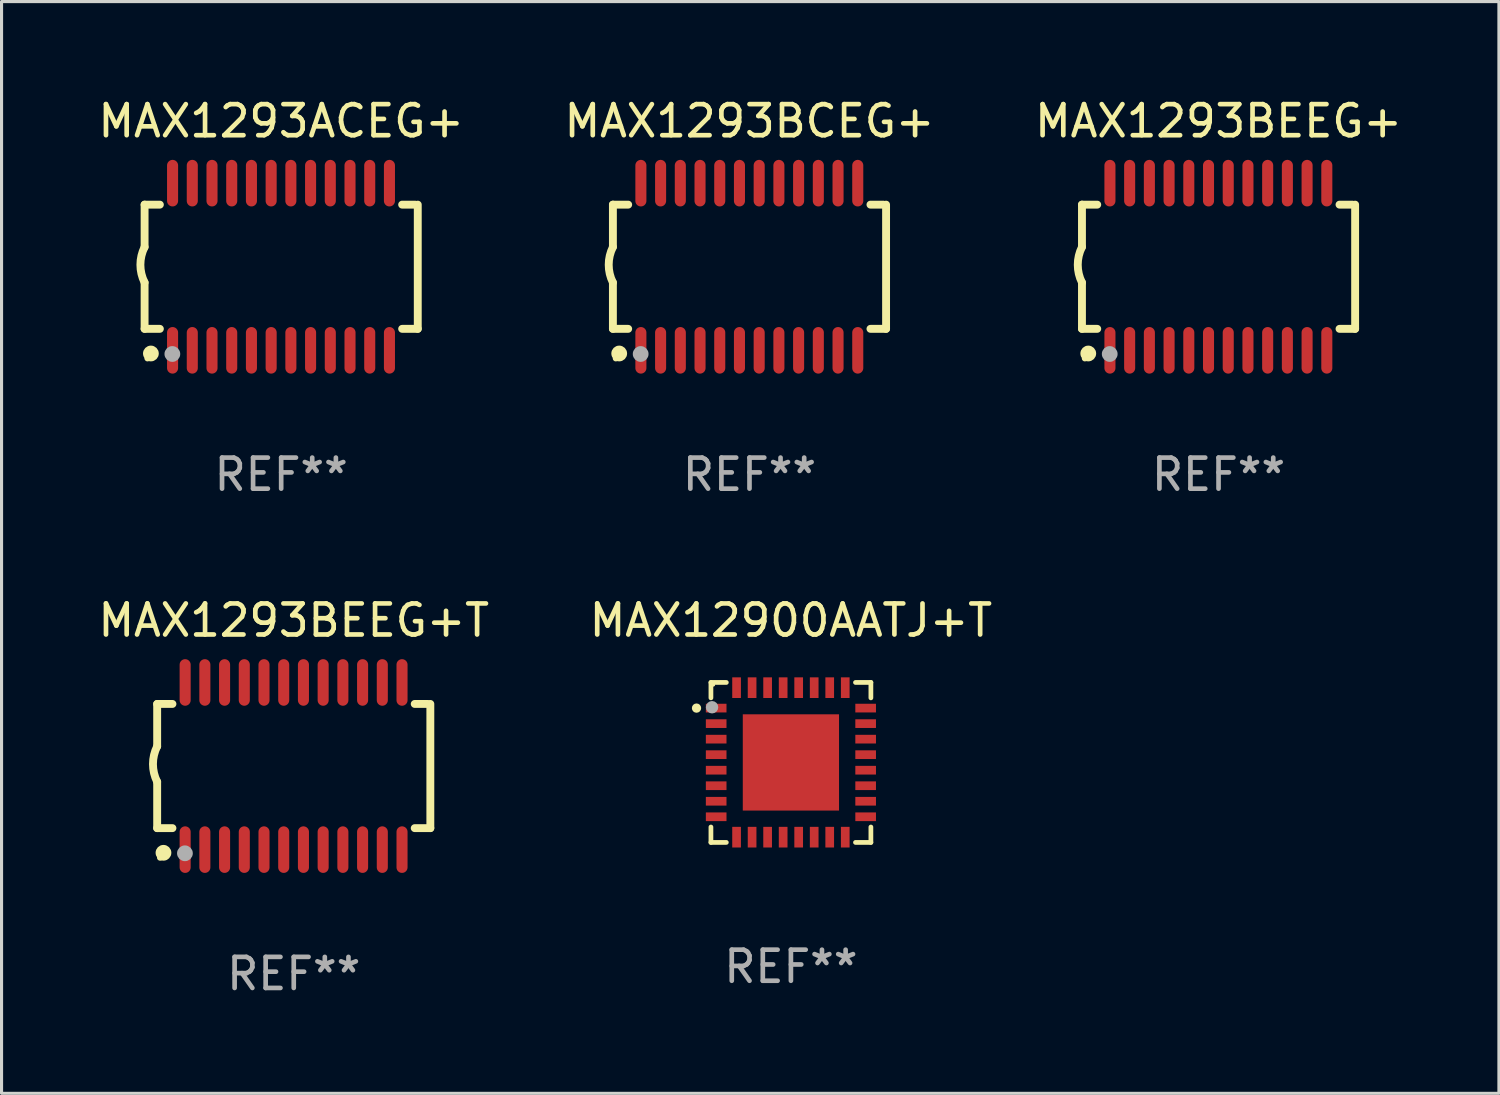
<source format=kicad_pcb>
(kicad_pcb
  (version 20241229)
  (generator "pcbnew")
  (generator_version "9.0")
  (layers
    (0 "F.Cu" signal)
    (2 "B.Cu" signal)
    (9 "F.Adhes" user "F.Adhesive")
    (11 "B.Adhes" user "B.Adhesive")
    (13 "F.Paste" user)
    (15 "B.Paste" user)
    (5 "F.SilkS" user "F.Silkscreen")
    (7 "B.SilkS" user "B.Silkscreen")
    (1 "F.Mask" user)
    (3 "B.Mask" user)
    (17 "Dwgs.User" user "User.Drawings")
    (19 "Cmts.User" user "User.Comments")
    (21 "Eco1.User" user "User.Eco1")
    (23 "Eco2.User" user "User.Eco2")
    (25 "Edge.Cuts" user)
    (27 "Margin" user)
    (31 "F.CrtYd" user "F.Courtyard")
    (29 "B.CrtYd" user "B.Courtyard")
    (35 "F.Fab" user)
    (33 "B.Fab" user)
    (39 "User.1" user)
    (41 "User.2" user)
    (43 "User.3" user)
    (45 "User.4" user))
  (footprint "MAX1293BCEG+"
    (layer "F.Cu")
    (at 21.089 5.541)
    (property "Reference" "MAX1293BCEG+" (at 0 -4.692 0) (layer "F.SilkS") (effects (font (size 1 1) (thickness 0.15))))
    (attr through_hole)
    (fp_line (start -4.399 -2) (end -4.399 -0.635) (stroke (width 0.254) (type solid)) (layer "F.SilkS"))
    (fp_line (start -4.399 -2) (end -3.907 -2) (stroke (width 0.254) (type solid)) (layer "F.SilkS"))
    (fp_line (start -4.399 2) (end -4.399 0.508) (stroke (width 0.254) (type solid)) (layer "F.SilkS"))
    (fp_line (start -4.399 2) (end -3.907 2) (stroke (width 0.254) (type solid)) (layer "F.SilkS"))
    (fp_line (start 3.896 -2) (end 4.313 -2) (stroke (width 0.254) (type solid)) (layer "F.SilkS"))
    (fp_line (start 3.896 2) (end 4.399 2) (stroke (width 0.254) (type solid)) (layer "F.SilkS"))
    (fp_line (start 4.399 2) (end 4.399 -2) (stroke (width 0.254) (type solid)) (layer "F.SilkS"))
    (fp_arc (start -4.399301 0.508001) (mid -4.534214 -0.0635) (end -4.399301 -0.635001) (stroke (width 0.254001) (type solid)) (layer "F.SilkS"))
    (fp_circle (center -4.305 2.95) (end -4.255 2.95) (stroke (width 0.1) (type solid)) (fill no) (layer "F.SilkS"))
    (fp_circle (center -4.196 2.794) (end -4.069 2.794) (stroke (width 0.254) (type solid)) (fill no) (layer "F.SilkS"))
    (fp_circle (center -3.505 2.81) (end -3.378 2.81) (stroke (width 0.254) (type solid)) (fill no) (layer "F.Fab"))
    (fp_text user "REF**" (at 0 6.692 0) (layer "F.Fab") (effects (font (size 1 1) (thickness 0.15))))
    (pad "1" smd oval (at -3.498 2.692 90) (size 1.5 0.356) (layers "F.Cu" "F.Mask" "F.Paste"))
    (pad "2" smd oval (at -2.863 2.692 90) (size 1.5 0.356) (layers "F.Cu" "F.Mask" "F.Paste"))
    (pad "3" smd oval (at -2.228 2.692 90) (size 1.5 0.356) (layers "F.Cu" "F.Mask" "F.Paste"))
    (pad "4" smd oval (at -1.593 2.692 90) (size 1.5 0.356) (layers "F.Cu" "F.Mask" "F.Paste"))
    (pad "5" smd oval (at -0.958 2.692 90) (size 1.5 0.356) (layers "F.Cu" "F.Mask" "F.Paste"))
    (pad "6" smd oval (at -0.323 2.692 90) (size 1.5 0.356) (layers "F.Cu" "F.Mask" "F.Paste"))
    (pad "7" smd oval (at 0.312 2.692 90) (size 1.5 0.356) (layers "F.Cu" "F.Mask" "F.Paste"))
    (pad "8" smd oval (at 0.947 2.692 90) (size 1.5 0.356) (layers "F.Cu" "F.Mask" "F.Paste"))
    (pad "9" smd oval (at 1.582 2.692 90) (size 1.5 0.356) (layers "F.Cu" "F.Mask" "F.Paste"))
    (pad "10" smd oval (at 2.217 2.692 90) (size 1.5 0.356) (layers "F.Cu" "F.Mask" "F.Paste"))
    (pad "11" smd oval (at 2.852 2.692 90) (size 1.5 0.356) (layers "F.Cu" "F.Mask" "F.Paste"))
    (pad "12" smd oval (at 3.487 2.692 90) (size 1.5 0.356) (layers "F.Cu" "F.Mask" "F.Paste"))
    (pad "13" smd oval (at 3.487 -2.692 90) (size 1.5 0.356) (layers "F.Cu" "F.Mask" "F.Paste"))
    (pad "14" smd oval (at 2.852 -2.692 90) (size 1.5 0.356) (layers "F.Cu" "F.Mask" "F.Paste"))
    (pad "15" smd oval (at 2.217 -2.692 90) (size 1.5 0.356) (layers "F.Cu" "F.Mask" "F.Paste"))
    (pad "16" smd oval (at 1.582 -2.692 90) (size 1.5 0.356) (layers "F.Cu" "F.Mask" "F.Paste"))
    (pad "17" smd oval (at 0.947 -2.692 90) (size 1.5 0.356) (layers "F.Cu" "F.Mask" "F.Paste"))
    (pad "18" smd oval (at 0.312 -2.692 90) (size 1.5 0.356) (layers "F.Cu" "F.Mask" "F.Paste"))
    (pad "19" smd oval (at -0.323 -2.692 90) (size 1.5 0.356) (layers "F.Cu" "F.Mask" "F.Paste"))
    (pad "20" smd oval (at -0.958 -2.692 90) (size 1.5 0.356) (layers "F.Cu" "F.Mask" "F.Paste"))
    (pad "21" smd oval (at -1.593 -2.692 90) (size 1.5 0.356) (layers "F.Cu" "F.Mask" "F.Paste"))
    (pad "22" smd oval (at -2.228 -2.692 90) (size 1.5 0.356) (layers "F.Cu" "F.Mask" "F.Paste"))
    (pad "23" smd oval (at -2.863 -2.692 90) (size 1.5 0.356) (layers "F.Cu" "F.Mask" "F.Paste"))
    (pad "24" smd oval (at -3.498 -2.692 90) (size 1.5 0.356) (layers "F.Cu" "F.Mask" "F.Paste")))
  (footprint "MAX1293BEEG+T"
    (layer "F.Cu")
    (at 6.411 21.622)
    (property "Reference" "MAX1293BEEG+T" (at 0 -4.692 0) (layer "F.SilkS") (effects (font (size 1 1) (thickness 0.15))))
    (attr through_hole)
    (fp_line (start -4.399 -2) (end -4.399 -0.635) (stroke (width 0.254) (type solid)) (layer "F.SilkS"))
    (fp_line (start -4.399 -2) (end -3.907 -2) (stroke (width 0.254) (type solid)) (layer "F.SilkS"))
    (fp_line (start -4.399 2) (end -4.399 0.508) (stroke (width 0.254) (type solid)) (layer "F.SilkS"))
    (fp_line (start -4.399 2) (end -3.907 2) (stroke (width 0.254) (type solid)) (layer "F.SilkS"))
    (fp_line (start 3.896 -2) (end 4.313 -2) (stroke (width 0.254) (type solid)) (layer "F.SilkS"))
    (fp_line (start 3.896 2) (end 4.399 2) (stroke (width 0.254) (type solid)) (layer "F.SilkS"))
    (fp_line (start 4.399 2) (end 4.399 -2) (stroke (width 0.254) (type solid)) (layer "F.SilkS"))
    (fp_arc (start -4.399301 0.508001) (mid -4.534214 -0.0635) (end -4.399301 -0.635001) (stroke (width 0.254001) (type solid)) (layer "F.SilkS"))
    (fp_circle (center -4.305 2.95) (end -4.255 2.95) (stroke (width 0.1) (type solid)) (fill no) (layer "F.SilkS"))
    (fp_circle (center -4.196 2.794) (end -4.069 2.794) (stroke (width 0.254) (type solid)) (fill no) (layer "F.SilkS"))
    (fp_circle (center -3.505 2.81) (end -3.378 2.81) (stroke (width 0.254) (type solid)) (fill no) (layer "F.Fab"))
    (fp_text user "REF**" (at 0 6.692 0) (layer "F.Fab") (effects (font (size 1 1) (thickness 0.15))))
    (pad "1" smd oval (at -3.498 2.692 90) (size 1.5 0.356) (layers "F.Cu" "F.Mask" "F.Paste"))
    (pad "2" smd oval (at -2.863 2.692 90) (size 1.5 0.356) (layers "F.Cu" "F.Mask" "F.Paste"))
    (pad "3" smd oval (at -2.228 2.692 90) (size 1.5 0.356) (layers "F.Cu" "F.Mask" "F.Paste"))
    (pad "4" smd oval (at -1.593 2.692 90) (size 1.5 0.356) (layers "F.Cu" "F.Mask" "F.Paste"))
    (pad "5" smd oval (at -0.958 2.692 90) (size 1.5 0.356) (layers "F.Cu" "F.Mask" "F.Paste"))
    (pad "6" smd oval (at -0.323 2.692 90) (size 1.5 0.356) (layers "F.Cu" "F.Mask" "F.Paste"))
    (pad "7" smd oval (at 0.312 2.692 90) (size 1.5 0.356) (layers "F.Cu" "F.Mask" "F.Paste"))
    (pad "8" smd oval (at 0.947 2.692 90) (size 1.5 0.356) (layers "F.Cu" "F.Mask" "F.Paste"))
    (pad "9" smd oval (at 1.582 2.692 90) (size 1.5 0.356) (layers "F.Cu" "F.Mask" "F.Paste"))
    (pad "10" smd oval (at 2.217 2.692 90) (size 1.5 0.356) (layers "F.Cu" "F.Mask" "F.Paste"))
    (pad "11" smd oval (at 2.852 2.692 90) (size 1.5 0.356) (layers "F.Cu" "F.Mask" "F.Paste"))
    (pad "12" smd oval (at 3.487 2.692 90) (size 1.5 0.356) (layers "F.Cu" "F.Mask" "F.Paste"))
    (pad "13" smd oval (at 3.487 -2.692 90) (size 1.5 0.356) (layers "F.Cu" "F.Mask" "F.Paste"))
    (pad "14" smd oval (at 2.852 -2.692 90) (size 1.5 0.356) (layers "F.Cu" "F.Mask" "F.Paste"))
    (pad "15" smd oval (at 2.217 -2.692 90) (size 1.5 0.356) (layers "F.Cu" "F.Mask" "F.Paste"))
    (pad "16" smd oval (at 1.582 -2.692 90) (size 1.5 0.356) (layers "F.Cu" "F.Mask" "F.Paste"))
    (pad "17" smd oval (at 0.947 -2.692 90) (size 1.5 0.356) (layers "F.Cu" "F.Mask" "F.Paste"))
    (pad "18" smd oval (at 0.312 -2.692 90) (size 1.5 0.356) (layers "F.Cu" "F.Mask" "F.Paste"))
    (pad "19" smd oval (at -0.323 -2.692 90) (size 1.5 0.356) (layers "F.Cu" "F.Mask" "F.Paste"))
    (pad "20" smd oval (at -0.958 -2.692 90) (size 1.5 0.356) (layers "F.Cu" "F.Mask" "F.Paste"))
    (pad "21" smd oval (at -1.593 -2.692 90) (size 1.5 0.356) (layers "F.Cu" "F.Mask" "F.Paste"))
    (pad "22" smd oval (at -2.228 -2.692 90) (size 1.5 0.356) (layers "F.Cu" "F.Mask" "F.Paste"))
    (pad "23" smd oval (at -2.863 -2.692 90) (size 1.5 0.356) (layers "F.Cu" "F.Mask" "F.Paste"))
    (pad "24" smd oval (at -3.498 -2.692 90) (size 1.5 0.356) (layers "F.Cu" "F.Mask" "F.Paste")))
  (footprint "MAX12900AATJ+T"
    (layer "F.Cu")
    (at 22.423 21.506)
    (property "Reference" "MAX12900AATJ+T" (at 0 -4.576 0) (layer "F.SilkS") (effects (font (size 1 1) (thickness 0.15))))
    (attr through_hole)
    (fp_line (start -2.576 -2.576) (end -2.576 -2.08) (stroke (width 0.152) (type solid)) (layer "F.SilkS"))
    (fp_line (start -2.576 2.576) (end -2.576 2.08) (stroke (width 0.152) (type solid)) (layer "F.SilkS"))
    (fp_line (start -2.08 -2.576) (end -2.576 -2.576) (stroke (width 0.152) (type solid)) (layer "F.SilkS"))
    (fp_line (start -2.08 2.576) (end -2.576 2.576) (stroke (width 0.152) (type solid)) (layer "F.SilkS"))
    (fp_line (start 2.08 -2.576) (end 2.576 -2.576) (stroke (width 0.152) (type solid)) (layer "F.SilkS"))
    (fp_line (start 2.08 2.576) (end 2.576 2.576) (stroke (width 0.152) (type solid)) (layer "F.SilkS"))
    (fp_line (start 2.576 -2.576) (end 2.576 -2.08) (stroke (width 0.152) (type solid)) (layer "F.SilkS"))
    (fp_line (start 2.576 2.576) (end 2.576 2.08) (stroke (width 0.152) (type solid)) (layer "F.SilkS"))
    (fp_circle (center -3.04 -1.75) (end -2.965 -1.75) (stroke (width 0.15) (type solid)) (fill no) (layer "F.SilkS"))
    (fp_circle (center -2.5 -2.5) (end -2.47 -2.5) (stroke (width 0.06) (type solid)) (fill no) (layer "F.SilkS"))
    (fp_circle (center -2.54 -1.778) (end -2.44 -1.778) (stroke (width 0.2) (type solid)) (fill no) (layer "F.Fab"))
    (fp_text user "REF**" (at 0 6.576 0) (layer "F.Fab") (effects (font (size 1 1) (thickness 0.15))))
    (pad "1" smd rect (at -2.407 -1.75) (size 0.665 0.28) (layers "F.Cu" "F.Mask" "F.Paste"))
    (pad "2" smd rect (at -2.407 -1.25) (size 0.665 0.28) (layers "F.Cu" "F.Mask" "F.Paste"))
    (pad "3" smd rect (at -2.407 -0.75) (size 0.665 0.28) (layers "F.Cu" "F.Mask" "F.Paste"))
    (pad "4" smd rect (at -2.407 -0.25) (size 0.665 0.28) (layers "F.Cu" "F.Mask" "F.Paste"))
    (pad "5" smd rect (at -2.407 0.25) (size 0.665 0.28) (layers "F.Cu" "F.Mask" "F.Paste"))
    (pad "6" smd rect (at -2.407 0.75) (size 0.665 0.28) (layers "F.Cu" "F.Mask" "F.Paste"))
    (pad "7" smd rect (at -2.407 1.25) (size 0.665 0.28) (layers "F.Cu" "F.Mask" "F.Paste"))
    (pad "8" smd rect (at -2.407 1.75) (size 0.665 0.28) (layers "F.Cu" "F.Mask" "F.Paste"))
    (pad "9" smd rect (at -1.75 2.407) (size 0.28 0.665) (layers "F.Cu" "F.Mask" "F.Paste"))
    (pad "10" smd rect (at -1.25 2.407) (size 0.28 0.665) (layers "F.Cu" "F.Mask" "F.Paste"))
    (pad "11" smd rect (at -0.75 2.407) (size 0.28 0.665) (layers "F.Cu" "F.Mask" "F.Paste"))
    (pad "12" smd rect (at -0.25 2.407) (size 0.28 0.665) (layers "F.Cu" "F.Mask" "F.Paste"))
    (pad "13" smd rect (at 0.25 2.407) (size 0.28 0.665) (layers "F.Cu" "F.Mask" "F.Paste"))
    (pad "14" smd rect (at 0.75 2.407) (size 0.28 0.665) (layers "F.Cu" "F.Mask" "F.Paste"))
    (pad "15" smd rect (at 1.25 2.407) (size 0.28 0.665) (layers "F.Cu" "F.Mask" "F.Paste"))
    (pad "16" smd rect (at 1.75 2.407) (size 0.28 0.665) (layers "F.Cu" "F.Mask" "F.Paste"))
    (pad "17" smd rect (at 2.407 1.75) (size 0.665 0.28) (layers "F.Cu" "F.Mask" "F.Paste"))
    (pad "18" smd rect (at 2.407 1.25) (size 0.665 0.28) (layers "F.Cu" "F.Mask" "F.Paste"))
    (pad "19" smd rect (at 2.407 0.75) (size 0.665 0.28) (layers "F.Cu" "F.Mask" "F.Paste"))
    (pad "20" smd rect (at 2.407 0.25) (size 0.665 0.28) (layers "F.Cu" "F.Mask" "F.Paste"))
    (pad "21" smd rect (at 2.407 -0.25) (size 0.665 0.28) (layers "F.Cu" "F.Mask" "F.Paste"))
    (pad "22" smd rect (at 2.407 -0.75) (size 0.665 0.28) (layers "F.Cu" "F.Mask" "F.Paste"))
    (pad "23" smd rect (at 2.407 -1.25) (size 0.665 0.28) (layers "F.Cu" "F.Mask" "F.Paste"))
    (pad "24" smd rect (at 2.407 -1.75) (size 0.665 0.28) (layers "F.Cu" "F.Mask" "F.Paste"))
    (pad "25" smd rect (at 1.75 -2.408) (size 0.28 0.665) (layers "F.Cu" "F.Mask" "F.Paste"))
    (pad "26" smd rect (at 1.25 -2.408) (size 0.28 0.665) (layers "F.Cu" "F.Mask" "F.Paste"))
    (pad "27" smd rect (at 0.75 -2.408) (size 0.28 0.665) (layers "F.Cu" "F.Mask" "F.Paste"))
    (pad "28" smd rect (at 0.25 -2.408) (size 0.28 0.665) (layers "F.Cu" "F.Mask" "F.Paste"))
    (pad "29" smd rect (at -0.25 -2.408) (size 0.28 0.665) (layers "F.Cu" "F.Mask" "F.Paste"))
    (pad "30" smd rect (at -0.75 -2.408) (size 0.28 0.665) (layers "F.Cu" "F.Mask" "F.Paste"))
    (pad "31" smd rect (at -1.25 -2.408) (size 0.28 0.665) (layers "F.Cu" "F.Mask" "F.Paste"))
    (pad "32" smd rect (at -1.75 -2.408) (size 0.28 0.665) (layers "F.Cu" "F.Mask" "F.Paste"))
    (pad "33" smd rect (at -0.000076 -0.000102) (size 3.1 3.1) (layers "F.Cu" "F.Mask" "F.Paste")))
  (footprint "MAX1293BEEG+"
    (layer "F.Cu")
    (at 36.196 5.541)
    (property "Reference" "MAX1293BEEG+" (at 0 -4.692 0) (layer "F.SilkS") (effects (font (size 1 1) (thickness 0.15))))
    (attr through_hole)
    (fp_line (start -4.399 -2) (end -4.399 -0.635) (stroke (width 0.254) (type solid)) (layer "F.SilkS"))
    (fp_line (start -4.399 -2) (end -3.907 -2) (stroke (width 0.254) (type solid)) (layer "F.SilkS"))
    (fp_line (start -4.399 2) (end -4.399 0.508) (stroke (width 0.254) (type solid)) (layer "F.SilkS"))
    (fp_line (start -4.399 2) (end -3.907 2) (stroke (width 0.254) (type solid)) (layer "F.SilkS"))
    (fp_line (start 3.896 -2) (end 4.313 -2) (stroke (width 0.254) (type solid)) (layer "F.SilkS"))
    (fp_line (start 3.896 2) (end 4.399 2) (stroke (width 0.254) (type solid)) (layer "F.SilkS"))
    (fp_line (start 4.399 2) (end 4.399 -2) (stroke (width 0.254) (type solid)) (layer "F.SilkS"))
    (fp_arc (start -4.399301 0.508001) (mid -4.534214 -0.0635) (end -4.399301 -0.635001) (stroke (width 0.254001) (type solid)) (layer "F.SilkS"))
    (fp_circle (center -4.305 2.95) (end -4.255 2.95) (stroke (width 0.1) (type solid)) (fill no) (layer "F.SilkS"))
    (fp_circle (center -4.196 2.794) (end -4.069 2.794) (stroke (width 0.254) (type solid)) (fill no) (layer "F.SilkS"))
    (fp_circle (center -3.505 2.81) (end -3.378 2.81) (stroke (width 0.254) (type solid)) (fill no) (layer "F.Fab"))
    (fp_text user "REF**" (at 0 6.692 0) (layer "F.Fab") (effects (font (size 1 1) (thickness 0.15))))
    (pad "1" smd oval (at -3.498 2.692 90) (size 1.5 0.356) (layers "F.Cu" "F.Mask" "F.Paste"))
    (pad "2" smd oval (at -2.863 2.692 90) (size 1.5 0.356) (layers "F.Cu" "F.Mask" "F.Paste"))
    (pad "3" smd oval (at -2.228 2.692 90) (size 1.5 0.356) (layers "F.Cu" "F.Mask" "F.Paste"))
    (pad "4" smd oval (at -1.593 2.692 90) (size 1.5 0.356) (layers "F.Cu" "F.Mask" "F.Paste"))
    (pad "5" smd oval (at -0.958 2.692 90) (size 1.5 0.356) (layers "F.Cu" "F.Mask" "F.Paste"))
    (pad "6" smd oval (at -0.323 2.692 90) (size 1.5 0.356) (layers "F.Cu" "F.Mask" "F.Paste"))
    (pad "7" smd oval (at 0.312 2.692 90) (size 1.5 0.356) (layers "F.Cu" "F.Mask" "F.Paste"))
    (pad "8" smd oval (at 0.947 2.692 90) (size 1.5 0.356) (layers "F.Cu" "F.Mask" "F.Paste"))
    (pad "9" smd oval (at 1.582 2.692 90) (size 1.5 0.356) (layers "F.Cu" "F.Mask" "F.Paste"))
    (pad "10" smd oval (at 2.217 2.692 90) (size 1.5 0.356) (layers "F.Cu" "F.Mask" "F.Paste"))
    (pad "11" smd oval (at 2.852 2.692 90) (size 1.5 0.356) (layers "F.Cu" "F.Mask" "F.Paste"))
    (pad "12" smd oval (at 3.487 2.692 90) (size 1.5 0.356) (layers "F.Cu" "F.Mask" "F.Paste"))
    (pad "13" smd oval (at 3.487 -2.692 90) (size 1.5 0.356) (layers "F.Cu" "F.Mask" "F.Paste"))
    (pad "14" smd oval (at 2.852 -2.692 90) (size 1.5 0.356) (layers "F.Cu" "F.Mask" "F.Paste"))
    (pad "15" smd oval (at 2.217 -2.692 90) (size 1.5 0.356) (layers "F.Cu" "F.Mask" "F.Paste"))
    (pad "16" smd oval (at 1.582 -2.692 90) (size 1.5 0.356) (layers "F.Cu" "F.Mask" "F.Paste"))
    (pad "17" smd oval (at 0.947 -2.692 90) (size 1.5 0.356) (layers "F.Cu" "F.Mask" "F.Paste"))
    (pad "18" smd oval (at 0.312 -2.692 90) (size 1.5 0.356) (layers "F.Cu" "F.Mask" "F.Paste"))
    (pad "19" smd oval (at -0.323 -2.692 90) (size 1.5 0.356) (layers "F.Cu" "F.Mask" "F.Paste"))
    (pad "20" smd oval (at -0.958 -2.692 90) (size 1.5 0.356) (layers "F.Cu" "F.Mask" "F.Paste"))
    (pad "21" smd oval (at -1.593 -2.692 90) (size 1.5 0.356) (layers "F.Cu" "F.Mask" "F.Paste"))
    (pad "22" smd oval (at -2.228 -2.692 90) (size 1.5 0.356) (layers "F.Cu" "F.Mask" "F.Paste"))
    (pad "23" smd oval (at -2.863 -2.692 90) (size 1.5 0.356) (layers "F.Cu" "F.Mask" "F.Paste"))
    (pad "24" smd oval (at -3.498 -2.692 90) (size 1.5 0.356) (layers "F.Cu" "F.Mask" "F.Paste")))
  (footprint "MAX1293ACEG+"
    (layer "F.Cu")
    (at 6.006 5.541)
    (property "Reference" "MAX1293ACEG+" (at 0 -4.692 0) (layer "F.SilkS") (effects (font (size 1 1) (thickness 0.15))))
    (attr through_hole)
    (fp_line (start -4.399 -2) (end -4.399 -0.635) (stroke (width 0.254) (type solid)) (layer "F.SilkS"))
    (fp_line (start -4.399 -2) (end -3.907 -2) (stroke (width 0.254) (type solid)) (layer "F.SilkS"))
    (fp_line (start -4.399 2) (end -4.399 0.508) (stroke (width 0.254) (type solid)) (layer "F.SilkS"))
    (fp_line (start -4.399 2) (end -3.907 2) (stroke (width 0.254) (type solid)) (layer "F.SilkS"))
    (fp_line (start 3.896 -2) (end 4.313 -2) (stroke (width 0.254) (type solid)) (layer "F.SilkS"))
    (fp_line (start 3.896 2) (end 4.399 2) (stroke (width 0.254) (type solid)) (layer "F.SilkS"))
    (fp_line (start 4.399 2) (end 4.399 -2) (stroke (width 0.254) (type solid)) (layer "F.SilkS"))
    (fp_arc (start -4.399301 0.508001) (mid -4.534214 -0.0635) (end -4.399301 -0.635001) (stroke (width 0.254001) (type solid)) (layer "F.SilkS"))
    (fp_circle (center -4.305 2.95) (end -4.255 2.95) (stroke (width 0.1) (type solid)) (fill no) (layer "F.SilkS"))
    (fp_circle (center -4.196 2.794) (end -4.069 2.794) (stroke (width 0.254) (type solid)) (fill no) (layer "F.SilkS"))
    (fp_circle (center -3.505 2.81) (end -3.378 2.81) (stroke (width 0.254) (type solid)) (fill no) (layer "F.Fab"))
    (fp_text user "REF**" (at 0 6.692 0) (layer "F.Fab") (effects (font (size 1 1) (thickness 0.15))))
    (pad "1" smd oval (at -3.498 2.692 90) (size 1.5 0.356) (layers "F.Cu" "F.Mask" "F.Paste"))
    (pad "2" smd oval (at -2.863 2.692 90) (size 1.5 0.356) (layers "F.Cu" "F.Mask" "F.Paste"))
    (pad "3" smd oval (at -2.228 2.692 90) (size 1.5 0.356) (layers "F.Cu" "F.Mask" "F.Paste"))
    (pad "4" smd oval (at -1.593 2.692 90) (size 1.5 0.356) (layers "F.Cu" "F.Mask" "F.Paste"))
    (pad "5" smd oval (at -0.958 2.692 90) (size 1.5 0.356) (layers "F.Cu" "F.Mask" "F.Paste"))
    (pad "6" smd oval (at -0.323 2.692 90) (size 1.5 0.356) (layers "F.Cu" "F.Mask" "F.Paste"))
    (pad "7" smd oval (at 0.312 2.692 90) (size 1.5 0.356) (layers "F.Cu" "F.Mask" "F.Paste"))
    (pad "8" smd oval (at 0.947 2.692 90) (size 1.5 0.356) (layers "F.Cu" "F.Mask" "F.Paste"))
    (pad "9" smd oval (at 1.582 2.692 90) (size 1.5 0.356) (layers "F.Cu" "F.Mask" "F.Paste"))
    (pad "10" smd oval (at 2.217 2.692 90) (size 1.5 0.356) (layers "F.Cu" "F.Mask" "F.Paste"))
    (pad "11" smd oval (at 2.852 2.692 90) (size 1.5 0.356) (layers "F.Cu" "F.Mask" "F.Paste"))
    (pad "12" smd oval (at 3.487 2.692 90) (size 1.5 0.356) (layers "F.Cu" "F.Mask" "F.Paste"))
    (pad "13" smd oval (at 3.487 -2.692 90) (size 1.5 0.356) (layers "F.Cu" "F.Mask" "F.Paste"))
    (pad "14" smd oval (at 2.852 -2.692 90) (size 1.5 0.356) (layers "F.Cu" "F.Mask" "F.Paste"))
    (pad "15" smd oval (at 2.217 -2.692 90) (size 1.5 0.356) (layers "F.Cu" "F.Mask" "F.Paste"))
    (pad "16" smd oval (at 1.582 -2.692 90) (size 1.5 0.356) (layers "F.Cu" "F.Mask" "F.Paste"))
    (pad "17" smd oval (at 0.947 -2.692 90) (size 1.5 0.356) (layers "F.Cu" "F.Mask" "F.Paste"))
    (pad "18" smd oval (at 0.312 -2.692 90) (size 1.5 0.356) (layers "F.Cu" "F.Mask" "F.Paste"))
    (pad "19" smd oval (at -0.323 -2.692 90) (size 1.5 0.356) (layers "F.Cu" "F.Mask" "F.Paste"))
    (pad "20" smd oval (at -0.958 -2.692 90) (size 1.5 0.356) (layers "F.Cu" "F.Mask" "F.Paste"))
    (pad "21" smd oval (at -1.593 -2.692 90) (size 1.5 0.356) (layers "F.Cu" "F.Mask" "F.Paste"))
    (pad "22" smd oval (at -2.228 -2.692 90) (size 1.5 0.356) (layers "F.Cu" "F.Mask" "F.Paste"))
    (pad "23" smd oval (at -2.863 -2.692 90) (size 1.5 0.356) (layers "F.Cu" "F.Mask" "F.Paste"))
    (pad "24" smd oval (at -3.498 -2.692 90) (size 1.5 0.356) (layers "F.Cu" "F.Mask" "F.Paste")))
  (gr_rect
    (start -3 -3)
    (end 45.226 32.163)
    (stroke (width 0.1) (type default))
    (fill no)
    (layer "Edge.Cuts")))
</source>
